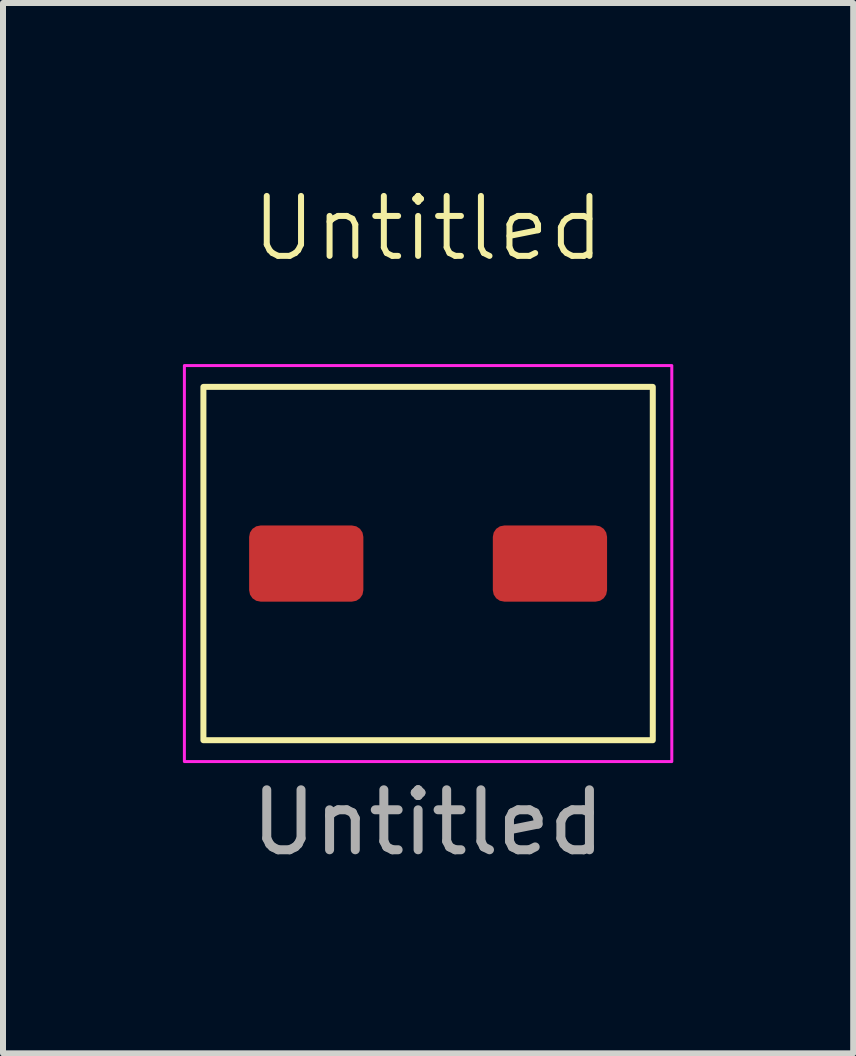
<source format=kicad_pcb>
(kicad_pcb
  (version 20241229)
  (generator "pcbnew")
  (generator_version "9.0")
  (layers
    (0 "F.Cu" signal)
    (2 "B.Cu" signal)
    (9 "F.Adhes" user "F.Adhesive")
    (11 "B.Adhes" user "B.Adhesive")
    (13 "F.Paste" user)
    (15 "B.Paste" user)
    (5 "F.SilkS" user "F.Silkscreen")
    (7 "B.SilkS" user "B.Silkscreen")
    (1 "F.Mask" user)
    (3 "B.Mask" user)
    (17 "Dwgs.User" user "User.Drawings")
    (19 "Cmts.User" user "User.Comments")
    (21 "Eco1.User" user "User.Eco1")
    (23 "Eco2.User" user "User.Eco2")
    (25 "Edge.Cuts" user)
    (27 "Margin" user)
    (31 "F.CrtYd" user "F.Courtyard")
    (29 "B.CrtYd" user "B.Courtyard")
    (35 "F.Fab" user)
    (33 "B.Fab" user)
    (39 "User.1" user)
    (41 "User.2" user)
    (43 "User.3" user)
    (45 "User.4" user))
  (footprint "Untitled"
    (layer "F.Cu")
    (at 4.089 6.348)
    (property "Reference" "Untitled" (at 0 -5.588 0) (unlocked yes) (layer "F.SilkS") (effects (font (size 1 1) (thickness 0.1))))
    (attr smd)
    (fp_rect (start -3.747 -2.946) (end 3.747 2.946) (stroke (width 0.1) (type solid)) (fill no) (layer "F.SilkS"))
    (fp_rect (start -4.064 -3.302) (end 4.064 3.302) (stroke (width 0.05) (type default)) (fill no) (layer "F.CrtYd"))
    (fp_text user "${REFERENCE}" (at 0 4.318 0) (unlocked yes) (layer "F.Fab") (effects (font (size 1 1) (thickness 0.15))))
    (pad "1" smd roundrect (at -2.032 0) (size 1.905 1.27) (layers "F.Cu" "F.Mask" "F.Paste") (roundrect_rratio 0.15))
    (pad "2" smd roundrect (at 2.032 0) (size 1.905 1.27) (layers "F.Cu" "F.Mask" "F.Paste") (roundrect_rratio 0.15)))
  (gr_rect
    (start -3 -3)
    (end 11.178 14.515)
    (stroke (width 0.1) (type default))
    (fill no)
    (layer "Edge.Cuts")))
</source>
